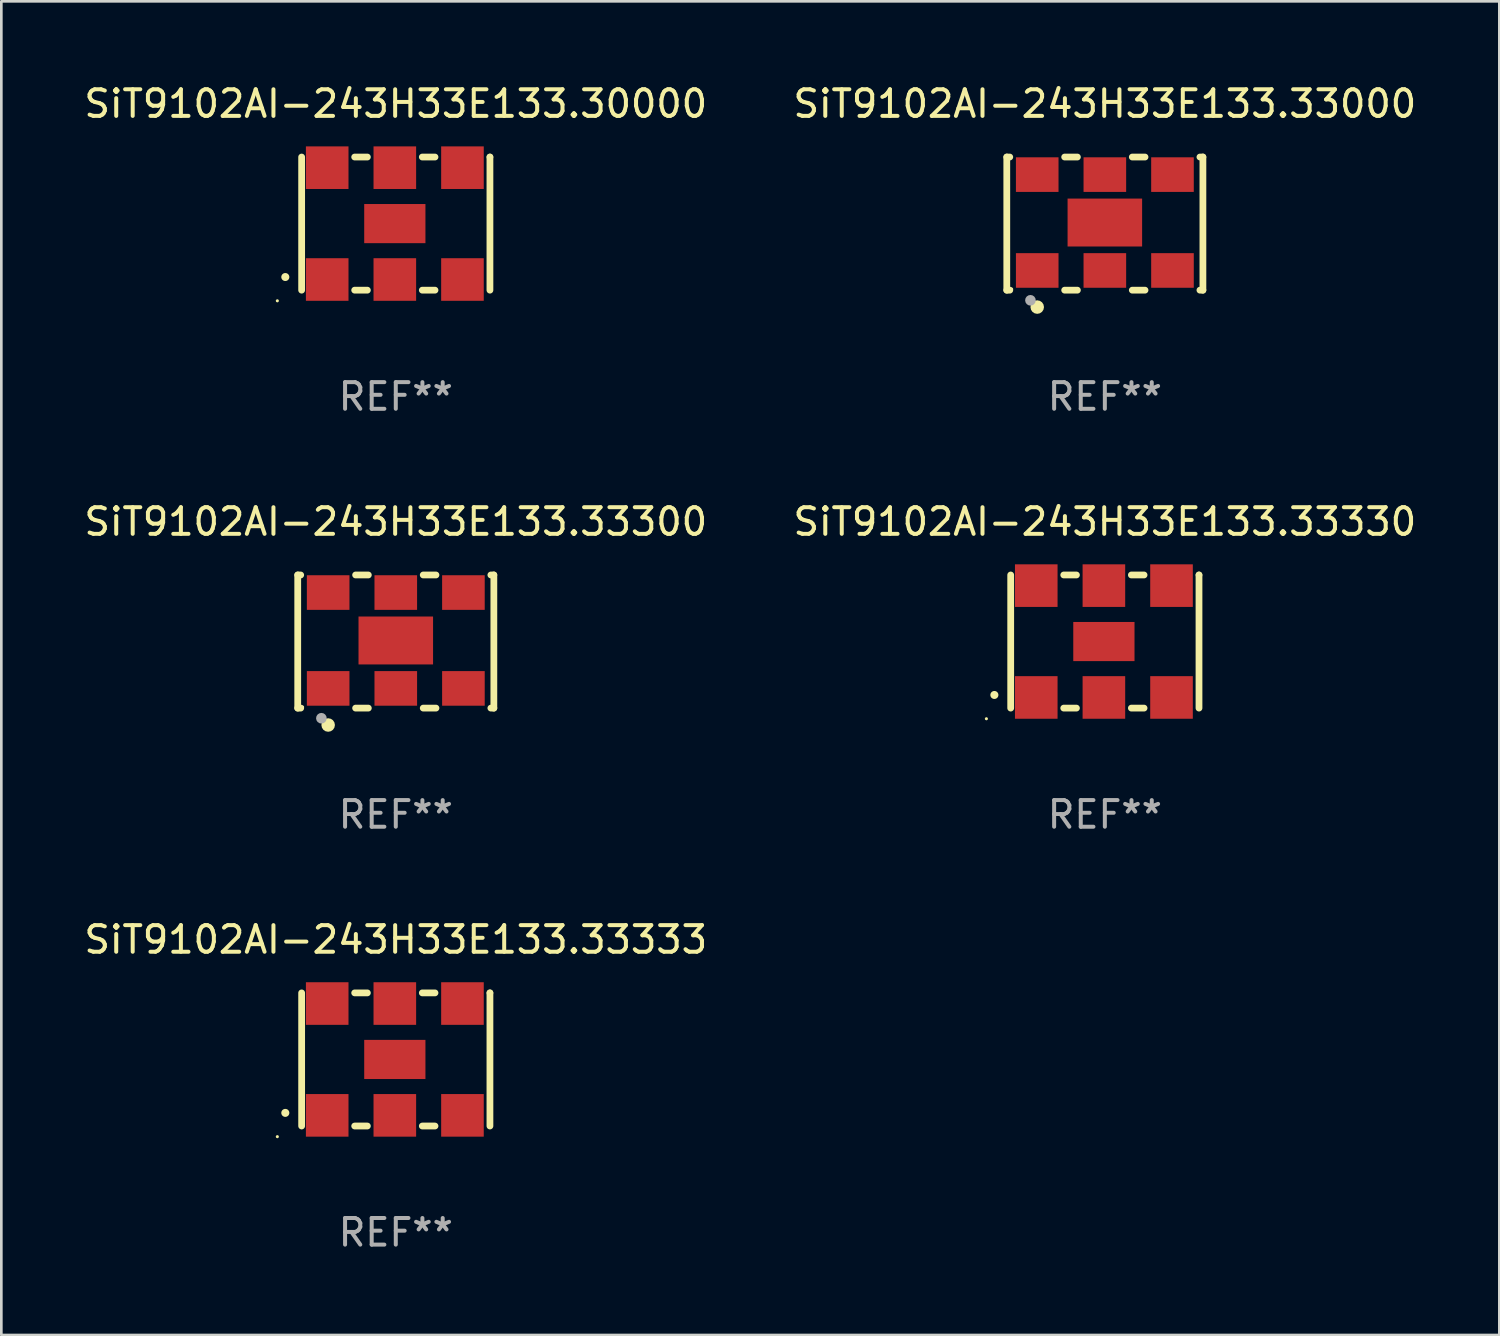
<source format=kicad_pcb>
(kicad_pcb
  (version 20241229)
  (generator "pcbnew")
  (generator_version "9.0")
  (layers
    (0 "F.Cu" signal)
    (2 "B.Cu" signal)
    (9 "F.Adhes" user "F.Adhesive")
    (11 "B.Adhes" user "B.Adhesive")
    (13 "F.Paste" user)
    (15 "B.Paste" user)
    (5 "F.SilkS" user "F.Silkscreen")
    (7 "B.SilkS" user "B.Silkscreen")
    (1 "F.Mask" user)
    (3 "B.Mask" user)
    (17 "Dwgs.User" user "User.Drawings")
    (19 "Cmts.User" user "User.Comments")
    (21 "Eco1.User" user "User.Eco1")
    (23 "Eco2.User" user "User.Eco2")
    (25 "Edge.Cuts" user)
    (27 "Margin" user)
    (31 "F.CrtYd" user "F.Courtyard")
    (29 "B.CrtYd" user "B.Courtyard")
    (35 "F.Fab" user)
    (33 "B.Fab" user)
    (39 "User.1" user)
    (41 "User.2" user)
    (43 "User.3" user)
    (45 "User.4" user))
  (footprint "SiT9102AI-243H33E133.33300"
    (layer "F.Cu")
    (at 11.815 21.045)
    (property "Reference" "SiT9102AI-243H33E133.33300" (at 0 -4.5 0) (layer "F.SilkS") (effects (font (size 1 1) (thickness 0.15))))
    (attr through_hole)
    (fp_line (start -3.683 -2.5) (end -3.571 -2.5) (stroke (width 0.254) (type solid)) (layer "F.SilkS"))
    (fp_line (start -3.683 2.5) (end -3.683 -2.5) (stroke (width 0.254) (type solid)) (layer "F.SilkS"))
    (fp_line (start -3.683 2.5) (end -3.571 2.5) (stroke (width 0.254) (type solid)) (layer "F.SilkS"))
    (fp_line (start -1.509 -2.5) (end -1.031 -2.5) (stroke (width 0.254) (type solid)) (layer "F.SilkS"))
    (fp_line (start -1.509 2.5) (end -1.031 2.5) (stroke (width 0.254) (type solid)) (layer "F.SilkS"))
    (fp_line (start 1.031 -2.5) (end 1.509 -2.5) (stroke (width 0.254) (type solid)) (layer "F.SilkS"))
    (fp_line (start 1.031 2.5) (end 1.509 2.5) (stroke (width 0.254) (type solid)) (layer "F.SilkS"))
    (fp_line (start 3.571 -2.5) (end 3.683 -2.5) (stroke (width 0.254) (type solid)) (layer "F.SilkS"))
    (fp_line (start 3.571 2.5) (end 3.683 2.5) (stroke (width 0.254) (type solid)) (layer "F.SilkS"))
    (fp_line (start 3.683 2.5) (end 3.683 -2.5) (stroke (width 0.254) (type solid)) (layer "F.SilkS"))
    (fp_circle (center -3.5 2.46) (end -3.47 2.46) (stroke (width 0.06) (type solid)) (fill no) (layer "F.SilkS"))
    (fp_circle (center -2.54 3.135) (end -2.413 3.135) (stroke (width 0.254) (type solid)) (fill no) (layer "F.SilkS"))
    (fp_circle (center -2.794 2.881) (end -2.694 2.881) (stroke (width 0.2) (type solid)) (fill no) (layer "F.Fab"))
    (fp_text user "REF**" (at 0 6.5 0) (layer "F.Fab") (effects (font (size 1 1) (thickness 0.15))))
    (pad "1" smd rect (at -2.54 1.76) (size 1.6 1.3) (layers "F.Cu" "F.Mask" "F.Paste"))
    (pad "2" smd rect (at 0 1.76) (size 1.6 1.3) (layers "F.Cu" "F.Mask" "F.Paste"))
    (pad "3" smd rect (at 2.54 1.76) (size 1.6 1.3) (layers "F.Cu" "F.Mask" "F.Paste"))
    (pad "4" smd rect (at 2.54 -1.84) (size 1.6 1.3) (layers "F.Cu" "F.Mask" "F.Paste"))
    (pad "5" smd rect (at 0 -1.84) (size 1.6 1.3) (layers "F.Cu" "F.Mask" "F.Paste"))
    (pad "6" smd rect (at -2.54 -1.84) (size 1.6 1.3) (layers "F.Cu" "F.Mask" "F.Paste"))
    (pad "7" smd rect (at 0 -0.04) (size 2.8 1.8) (layers "F.Cu" "F.Mask" "F.Paste")))
  (footprint "SiT9102AI-243H33E133.33333"
    (layer "F.Cu")
    (at 11.815 36.741)
    (property "Reference" "SiT9102AI-243H33E133.33333" (at 0 -4.5 0) (layer "F.SilkS") (effects (font (size 1 1) (thickness 0.15))))
    (attr through_hole)
    (fp_line (start -3.536 -2.5) (end -3.536 2.5) (stroke (width 0.254) (type solid)) (layer "F.SilkS"))
    (fp_line (start -1.544 2.5) (end -1.067 2.5) (stroke (width 0.254) (type solid)) (layer "F.SilkS"))
    (fp_line (start -1.067 -2.5) (end -1.544 -2.5) (stroke (width 0.254) (type solid)) (layer "F.SilkS"))
    (fp_line (start 0.996 2.5) (end 1.473 2.5) (stroke (width 0.254) (type solid)) (layer "F.SilkS"))
    (fp_line (start 1.473 -2.5) (end 0.996 -2.5) (stroke (width 0.254) (type solid)) (layer "F.SilkS"))
    (fp_line (start 3.536 -2.5) (end 3.536 -2.5) (stroke (width 0.254) (type solid)) (layer "F.SilkS"))
    (fp_line (start 3.536 2.5) (end 3.536 -2.5) (stroke (width 0.254) (type solid)) (layer "F.SilkS"))
    (fp_arc (start -4.150432 2.006604) (mid -4.149162 2.006599) (end -4.147892 2.006604) (stroke (width 0.3) (type solid)) (layer "F.SilkS"))
    (fp_circle (center -4.449 2.9) (end -4.419 2.9) (stroke (width 0.06) (type solid)) (fill no) (layer "F.SilkS"))
    (fp_text user "REF**" (at 0 6.5 0) (layer "F.Fab") (effects (font (size 1 1) (thickness 0.15))))
    (pad "1" smd rect (at -2.576 2.1) (size 1.6 1.6) (layers "F.Cu" "F.Mask" "F.Paste"))
    (pad "2" smd rect (at -0.036 2.1) (size 1.6 1.6) (layers "F.Cu" "F.Mask" "F.Paste"))
    (pad "3" smd rect (at 2.504 2.1) (size 1.6 1.6) (layers "F.Cu" "F.Mask" "F.Paste"))
    (pad "4" smd rect (at 2.504 -2.1) (size 1.6 1.6) (layers "F.Cu" "F.Mask" "F.Paste"))
    (pad "5" smd rect (at -0.036 -2.1) (size 1.6 1.6) (layers "F.Cu" "F.Mask" "F.Paste"))
    (pad "6" smd rect (at -2.576 -2.1) (size 1.6 1.6) (layers "F.Cu" "F.Mask" "F.Paste"))
    (pad "7" smd rect (at -0.036 0) (size 2.3 1.47) (layers "F.Cu" "F.Mask" "F.Paste")))
  (footprint "SiT9102AI-243H33E133.33330"
    (layer "F.Cu")
    (at 38.446 21.045)
    (property "Reference" "SiT9102AI-243H33E133.33330" (at 0 -4.5 0) (layer "F.SilkS") (effects (font (size 1 1) (thickness 0.15))))
    (attr through_hole)
    (fp_line (start -3.536 -2.5) (end -3.536 2.5) (stroke (width 0.254) (type solid)) (layer "F.SilkS"))
    (fp_line (start -1.544 2.5) (end -1.067 2.5) (stroke (width 0.254) (type solid)) (layer "F.SilkS"))
    (fp_line (start -1.067 -2.5) (end -1.544 -2.5) (stroke (width 0.254) (type solid)) (layer "F.SilkS"))
    (fp_line (start 0.996 2.5) (end 1.473 2.5) (stroke (width 0.254) (type solid)) (layer "F.SilkS"))
    (fp_line (start 1.473 -2.5) (end 0.996 -2.5) (stroke (width 0.254) (type solid)) (layer "F.SilkS"))
    (fp_line (start 3.536 -2.5) (end 3.536 -2.5) (stroke (width 0.254) (type solid)) (layer "F.SilkS"))
    (fp_line (start 3.536 2.5) (end 3.536 -2.5) (stroke (width 0.254) (type solid)) (layer "F.SilkS"))
    (fp_arc (start -4.150432 2.006604) (mid -4.149162 2.006599) (end -4.147892 2.006604) (stroke (width 0.3) (type solid)) (layer "F.SilkS"))
    (fp_circle (center -4.449 2.9) (end -4.419 2.9) (stroke (width 0.06) (type solid)) (fill no) (layer "F.SilkS"))
    (fp_text user "REF**" (at 0 6.5 0) (layer "F.Fab") (effects (font (size 1 1) (thickness 0.15))))
    (pad "1" smd rect (at -2.576 2.1) (size 1.6 1.6) (layers "F.Cu" "F.Mask" "F.Paste"))
    (pad "2" smd rect (at -0.036 2.1) (size 1.6 1.6) (layers "F.Cu" "F.Mask" "F.Paste"))
    (pad "3" smd rect (at 2.504 2.1) (size 1.6 1.6) (layers "F.Cu" "F.Mask" "F.Paste"))
    (pad "4" smd rect (at 2.504 -2.1) (size 1.6 1.6) (layers "F.Cu" "F.Mask" "F.Paste"))
    (pad "5" smd rect (at -0.036 -2.1) (size 1.6 1.6) (layers "F.Cu" "F.Mask" "F.Paste"))
    (pad "6" smd rect (at -2.576 -2.1) (size 1.6 1.6) (layers "F.Cu" "F.Mask" "F.Paste"))
    (pad "7" smd rect (at -0.036 0) (size 2.3 1.47) (layers "F.Cu" "F.Mask" "F.Paste")))
  (footprint "SiT9102AI-243H33E133.33000"
    (layer "F.Cu")
    (at 38.446 5.348)
    (property "Reference" "SiT9102AI-243H33E133.33000" (at 0 -4.5 0) (layer "F.SilkS") (effects (font (size 1 1) (thickness 0.15))))
    (attr through_hole)
    (fp_line (start -3.683 -2.5) (end -3.571 -2.5) (stroke (width 0.254) (type solid)) (layer "F.SilkS"))
    (fp_line (start -3.683 2.5) (end -3.683 -2.5) (stroke (width 0.254) (type solid)) (layer "F.SilkS"))
    (fp_line (start -3.683 2.5) (end -3.571 2.5) (stroke (width 0.254) (type solid)) (layer "F.SilkS"))
    (fp_line (start -1.509 -2.5) (end -1.031 -2.5) (stroke (width 0.254) (type solid)) (layer "F.SilkS"))
    (fp_line (start -1.509 2.5) (end -1.031 2.5) (stroke (width 0.254) (type solid)) (layer "F.SilkS"))
    (fp_line (start 1.031 -2.5) (end 1.509 -2.5) (stroke (width 0.254) (type solid)) (layer "F.SilkS"))
    (fp_line (start 1.031 2.5) (end 1.509 2.5) (stroke (width 0.254) (type solid)) (layer "F.SilkS"))
    (fp_line (start 3.571 -2.5) (end 3.683 -2.5) (stroke (width 0.254) (type solid)) (layer "F.SilkS"))
    (fp_line (start 3.571 2.5) (end 3.683 2.5) (stroke (width 0.254) (type solid)) (layer "F.SilkS"))
    (fp_line (start 3.683 2.5) (end 3.683 -2.5) (stroke (width 0.254) (type solid)) (layer "F.SilkS"))
    (fp_circle (center -3.5 2.46) (end -3.47 2.46) (stroke (width 0.06) (type solid)) (fill no) (layer "F.SilkS"))
    (fp_circle (center -2.54 3.135) (end -2.413 3.135) (stroke (width 0.254) (type solid)) (fill no) (layer "F.SilkS"))
    (fp_circle (center -2.794 2.881) (end -2.694 2.881) (stroke (width 0.2) (type solid)) (fill no) (layer "F.Fab"))
    (fp_text user "REF**" (at 0 6.5 0) (layer "F.Fab") (effects (font (size 1 1) (thickness 0.15))))
    (pad "1" smd rect (at -2.54 1.76) (size 1.6 1.3) (layers "F.Cu" "F.Mask" "F.Paste"))
    (pad "2" smd rect (at 0 1.76) (size 1.6 1.3) (layers "F.Cu" "F.Mask" "F.Paste"))
    (pad "3" smd rect (at 2.54 1.76) (size 1.6 1.3) (layers "F.Cu" "F.Mask" "F.Paste"))
    (pad "4" smd rect (at 2.54 -1.84) (size 1.6 1.3) (layers "F.Cu" "F.Mask" "F.Paste"))
    (pad "5" smd rect (at 0 -1.84) (size 1.6 1.3) (layers "F.Cu" "F.Mask" "F.Paste"))
    (pad "6" smd rect (at -2.54 -1.84) (size 1.6 1.3) (layers "F.Cu" "F.Mask" "F.Paste"))
    (pad "7" smd rect (at 0 -0.04) (size 2.8 1.8) (layers "F.Cu" "F.Mask" "F.Paste")))
  (footprint "SiT9102AI-243H33E133.30000"
    (layer "F.Cu")
    (at 11.815 5.348)
    (property "Reference" "SiT9102AI-243H33E133.30000" (at 0 -4.5 0) (layer "F.SilkS") (effects (font (size 1 1) (thickness 0.15))))
    (attr through_hole)
    (fp_line (start -3.536 -2.5) (end -3.536 2.5) (stroke (width 0.254) (type solid)) (layer "F.SilkS"))
    (fp_line (start -1.544 2.5) (end -1.067 2.5) (stroke (width 0.254) (type solid)) (layer "F.SilkS"))
    (fp_line (start -1.067 -2.5) (end -1.544 -2.5) (stroke (width 0.254) (type solid)) (layer "F.SilkS"))
    (fp_line (start 0.996 2.5) (end 1.473 2.5) (stroke (width 0.254) (type solid)) (layer "F.SilkS"))
    (fp_line (start 1.473 -2.5) (end 0.996 -2.5) (stroke (width 0.254) (type solid)) (layer "F.SilkS"))
    (fp_line (start 3.536 -2.5) (end 3.536 -2.5) (stroke (width 0.254) (type solid)) (layer "F.SilkS"))
    (fp_line (start 3.536 2.5) (end 3.536 -2.5) (stroke (width 0.254) (type solid)) (layer "F.SilkS"))
    (fp_arc (start -4.150432 2.006604) (mid -4.149162 2.006599) (end -4.147892 2.006604) (stroke (width 0.3) (type solid)) (layer "F.SilkS"))
    (fp_circle (center -4.449 2.9) (end -4.419 2.9) (stroke (width 0.06) (type solid)) (fill no) (layer "F.SilkS"))
    (fp_text user "REF**" (at 0 6.5 0) (layer "F.Fab") (effects (font (size 1 1) (thickness 0.15))))
    (pad "1" smd rect (at -2.576 2.1) (size 1.6 1.6) (layers "F.Cu" "F.Mask" "F.Paste"))
    (pad "2" smd rect (at -0.036 2.1) (size 1.6 1.6) (layers "F.Cu" "F.Mask" "F.Paste"))
    (pad "3" smd rect (at 2.504 2.1) (size 1.6 1.6) (layers "F.Cu" "F.Mask" "F.Paste"))
    (pad "4" smd rect (at 2.504 -2.1) (size 1.6 1.6) (layers "F.Cu" "F.Mask" "F.Paste"))
    (pad "5" smd rect (at -0.036 -2.1) (size 1.6 1.6) (layers "F.Cu" "F.Mask" "F.Paste"))
    (pad "6" smd rect (at -2.576 -2.1) (size 1.6 1.6) (layers "F.Cu" "F.Mask" "F.Paste"))
    (pad "7" smd rect (at -0.036 0) (size 2.3 1.47) (layers "F.Cu" "F.Mask" "F.Paste")))
  (gr_rect
    (start -3 -3)
    (end 53.262 47.09)
    (stroke (width 0.1) (type default))
    (fill no)
    (layer "Edge.Cuts")))
</source>
